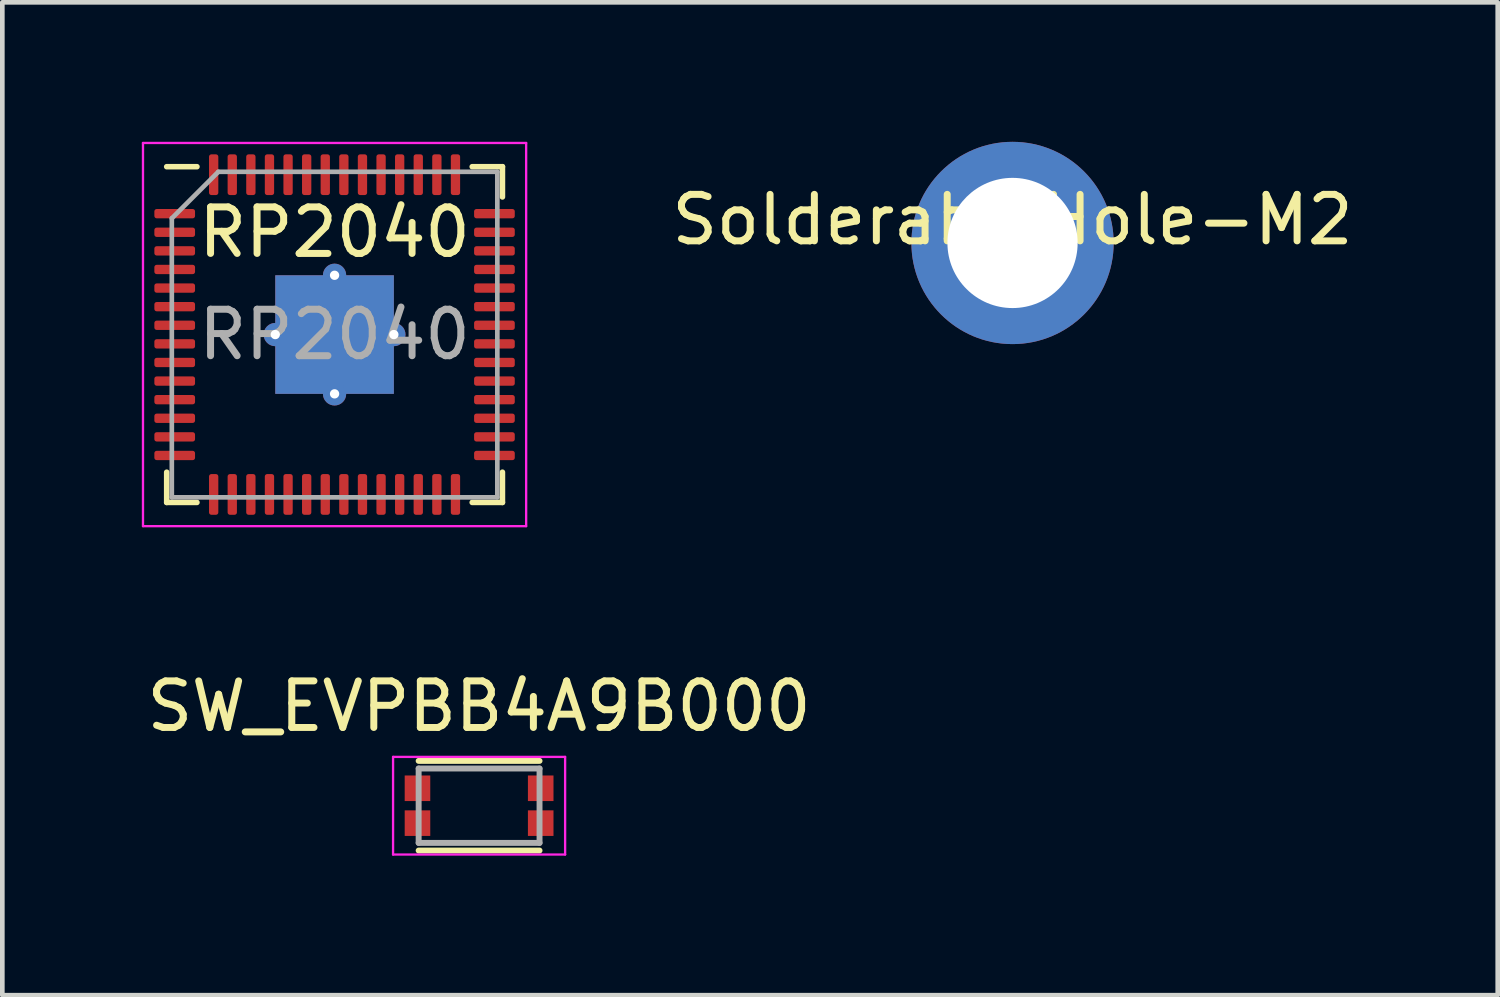
<source format=kicad_pcb>
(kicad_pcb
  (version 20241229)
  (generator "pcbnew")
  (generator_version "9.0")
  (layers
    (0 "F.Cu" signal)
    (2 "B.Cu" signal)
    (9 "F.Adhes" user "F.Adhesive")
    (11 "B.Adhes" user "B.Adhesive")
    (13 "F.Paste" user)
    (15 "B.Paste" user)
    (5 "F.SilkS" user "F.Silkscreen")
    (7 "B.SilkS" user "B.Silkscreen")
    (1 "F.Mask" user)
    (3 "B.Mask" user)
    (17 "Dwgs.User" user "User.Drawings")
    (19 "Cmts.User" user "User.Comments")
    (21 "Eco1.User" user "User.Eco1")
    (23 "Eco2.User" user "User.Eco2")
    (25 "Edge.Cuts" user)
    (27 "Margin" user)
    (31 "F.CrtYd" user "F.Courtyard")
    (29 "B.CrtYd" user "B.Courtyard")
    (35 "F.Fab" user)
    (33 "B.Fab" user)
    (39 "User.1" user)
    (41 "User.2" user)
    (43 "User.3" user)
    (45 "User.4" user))
  (footprint "SolderableHole-M2"
    (layer "F.Cu")
    (at 18.725 2.175)
    (property "Reference" "SolderableHole-M2" (at 0 -0.5 0) (unlocked yes) (layer "F.SilkS") (effects (font (size 1 1) (thickness 0.15))))
    (attr smd)
    (pad "1" thru_hole circle (at 0 0) (size 4.35 4.35) (drill 2.8) (layers "*.Cu" "*.Mask")))
  (footprint "SW_EVPBB4A9B000"
    (layer "F.Cu")
    (at 7.253 14.277)
    (property "Reference" "SW_EVPBB4A9B000" (at 0 -2.138 0) (layer "F.SilkS") (effects (font (size 1.001 1.001) (thickness 0.15))))
    (attr through_hole)
    (fp_line (start -1.3 -0.964) (end 1.3 -0.964) (stroke (width 0.127) (type solid)) (layer "F.SilkS"))
    (fp_line (start -1.3 0.964) (end 1.3 0.964) (stroke (width 0.127) (type solid)) (layer "F.SilkS"))
    (fp_poly (pts (xy -1.55 -0.6) (xy -1.1 -0.6) (xy -1.1 -0.15) (xy -1.55 -0.15)) (stroke (width 0.01) (type solid)) (fill yes) (layer "F.Paste"))
    (fp_poly (pts (xy -1.55 0.15) (xy -1.1 0.15) (xy -1.1 0.6) (xy -1.55 0.6)) (stroke (width 0.01) (type solid)) (fill yes) (layer "F.Paste"))
    (fp_poly (pts (xy 1.1 -0.6) (xy 1.55 -0.6) (xy 1.55 -0.15) (xy 1.1 -0.15)) (stroke (width 0.01) (type solid)) (fill yes) (layer "F.Paste"))
    (fp_poly (pts (xy 1.1 0.15) (xy 1.55 0.15) (xy 1.55 0.6) (xy 1.1 0.6)) (stroke (width 0.01) (type solid)) (fill yes) (layer "F.Paste"))
    (fp_line (start -1.85 -1.05) (end 1.85 -1.05) (stroke (width 0.05) (type solid)) (layer "F.CrtYd"))
    (fp_line (start -1.85 1.05) (end -1.85 -1.05) (stroke (width 0.05) (type solid)) (layer "F.CrtYd"))
    (fp_line (start 1.85 -1.05) (end 1.85 1.05) (stroke (width 0.05) (type solid)) (layer "F.CrtYd"))
    (fp_line (start 1.85 1.05) (end -1.85 1.05) (stroke (width 0.05) (type solid)) (layer "F.CrtYd"))
    (fp_line (start -1.3 -0.8) (end 1.3 -0.8) (stroke (width 0.127) (type solid)) (layer "F.Fab"))
    (fp_line (start -1.3 0.8) (end -1.3 -0.8) (stroke (width 0.127) (type solid)) (layer "F.Fab"))
    (fp_line (start 1.3 -0.8) (end 1.3 0.8) (stroke (width 0.127) (type solid)) (layer "F.Fab"))
    (fp_line (start 1.3 0.8) (end -1.3 0.8) (stroke (width 0.127) (type solid)) (layer "F.Fab"))
    (pad "1" smd rect (at -1.325 -0.375) (size 0.55 0.55) (layers "F.Cu" "F.Mask"))
    (pad "1" smd rect (at -1.325 0.375) (size 0.55 0.55) (layers "F.Cu" "F.Mask"))
    (pad "2" smd rect (at 1.325 -0.375) (size 0.55 0.55) (layers "F.Cu" "F.Mask"))
    (pad "2" smd rect (at 1.325 0.375) (size 0.55 0.55) (layers "F.Cu" "F.Mask")))
  (footprint "RP2040"
    (layer "F.Cu")
    (at 4.145 4.145)
    (property "Reference" "RP2040" (at 0 -2.2 0) (layer "F.SilkS") (effects (font (size 1 1) (thickness 0.15))))
    (attr smd)
    (fp_line (start -3.61 3.61) (end -3.61 2.96) (stroke (width 0.12) (type solid)) (layer "F.SilkS"))
    (fp_line (start -2.96 -3.61) (end -3.61 -3.61) (stroke (width 0.12) (type solid)) (layer "F.SilkS"))
    (fp_line (start -2.96 3.61) (end -3.61 3.61) (stroke (width 0.12) (type solid)) (layer "F.SilkS"))
    (fp_line (start 2.96 -3.61) (end 3.61 -3.61) (stroke (width 0.12) (type solid)) (layer "F.SilkS"))
    (fp_line (start 2.96 3.61) (end 3.61 3.61) (stroke (width 0.12) (type solid)) (layer "F.SilkS"))
    (fp_line (start 3.61 -3.61) (end 3.61 -2.96) (stroke (width 0.12) (type solid)) (layer "F.SilkS"))
    (fp_line (start 3.61 3.61) (end 3.61 2.96) (stroke (width 0.12) (type solid)) (layer "F.SilkS"))
    (fp_line (start -4.12 -4.12) (end -4.12 4.12) (stroke (width 0.05) (type solid)) (layer "F.CrtYd"))
    (fp_line (start -4.12 4.12) (end 4.12 4.12) (stroke (width 0.05) (type solid)) (layer "F.CrtYd"))
    (fp_line (start 4.12 -4.12) (end -4.12 -4.12) (stroke (width 0.05) (type solid)) (layer "F.CrtYd"))
    (fp_line (start 4.12 4.12) (end 4.12 -4.12) (stroke (width 0.05) (type solid)) (layer "F.CrtYd"))
    (fp_line (start -3.5 -2.5) (end -2.5 -3.5) (stroke (width 0.1) (type solid)) (layer "F.Fab"))
    (fp_line (start -3.5 3.5) (end -3.5 -2.5) (stroke (width 0.1) (type solid)) (layer "F.Fab"))
    (fp_line (start -2.5 -3.5) (end 3.5 -3.5) (stroke (width 0.1) (type solid)) (layer "F.Fab"))
    (fp_line (start 3.5 -3.5) (end 3.5 3.5) (stroke (width 0.1) (type solid)) (layer "F.Fab"))
    (fp_line (start 3.5 3.5) (end -3.5 3.5) (stroke (width 0.1) (type solid)) (layer "F.Fab"))
    (fp_text user "${REFERENCE}" (at 0 0 0) (layer "F.Fab") (effects (font (size 1 1) (thickness 0.15))))
    (pad "" smd roundrect (at -0.637 -0.637) (size 1.084 1.084) (layers "F.Paste") (roundrect_rratio 0.231))
    (pad "" smd roundrect (at -0.637 0.637) (size 1.084 1.084) (layers "F.Paste") (roundrect_rratio 0.231))
    (pad "" smd roundrect (at 0.637 -0.637) (size 1.084 1.084) (layers "F.Paste") (roundrect_rratio 0.231))
    (pad "" smd roundrect (at 0.637 0.637) (size 1.084 1.084) (layers "F.Paste") (roundrect_rratio 0.231))
    (pad "1" smd roundrect (at -3.438 -2.6) (size 0.875 0.2) (layers "F.Cu" "F.Mask" "F.Paste") (roundrect_rratio 0.25))
    (pad "2" smd roundrect (at -3.438 -2.2) (size 0.875 0.2) (layers "F.Cu" "F.Mask" "F.Paste") (roundrect_rratio 0.25))
    (pad "3" smd roundrect (at -3.438 -1.8) (size 0.875 0.2) (layers "F.Cu" "F.Mask" "F.Paste") (roundrect_rratio 0.25))
    (pad "4" smd roundrect (at -3.438 -1.4) (size 0.875 0.2) (layers "F.Cu" "F.Mask" "F.Paste") (roundrect_rratio 0.25))
    (pad "5" smd roundrect (at -3.438 -1) (size 0.875 0.2) (layers "F.Cu" "F.Mask" "F.Paste") (roundrect_rratio 0.25))
    (pad "6" smd roundrect (at -3.438 -0.6) (size 0.875 0.2) (layers "F.Cu" "F.Mask" "F.Paste") (roundrect_rratio 0.25))
    (pad "7" smd roundrect (at -3.438 -0.2) (size 0.875 0.2) (layers "F.Cu" "F.Mask" "F.Paste") (roundrect_rratio 0.25))
    (pad "8" smd roundrect (at -3.438 0.2) (size 0.875 0.2) (layers "F.Cu" "F.Mask" "F.Paste") (roundrect_rratio 0.25))
    (pad "9" smd roundrect (at -3.438 0.6) (size 0.875 0.2) (layers "F.Cu" "F.Mask" "F.Paste") (roundrect_rratio 0.25))
    (pad "10" smd roundrect (at -3.438 1) (size 0.875 0.2) (layers "F.Cu" "F.Mask" "F.Paste") (roundrect_rratio 0.25))
    (pad "11" smd roundrect (at -3.438 1.4) (size 0.875 0.2) (layers "F.Cu" "F.Mask" "F.Paste") (roundrect_rratio 0.25))
    (pad "12" smd roundrect (at -3.438 1.8) (size 0.875 0.2) (layers "F.Cu" "F.Mask" "F.Paste") (roundrect_rratio 0.25))
    (pad "13" smd roundrect (at -3.438 2.2) (size 0.875 0.2) (layers "F.Cu" "F.Mask" "F.Paste") (roundrect_rratio 0.25))
    (pad "14" smd roundrect (at -3.438 2.6) (size 0.875 0.2) (layers "F.Cu" "F.Mask" "F.Paste") (roundrect_rratio 0.25))
    (pad "15" smd roundrect (at -2.6 3.438) (size 0.2 0.875) (layers "F.Cu" "F.Mask" "F.Paste") (roundrect_rratio 0.25))
    (pad "16" smd roundrect (at -2.2 3.438) (size 0.2 0.875) (layers "F.Cu" "F.Mask" "F.Paste") (roundrect_rratio 0.25))
    (pad "17" smd roundrect (at -1.8 3.438) (size 0.2 0.875) (layers "F.Cu" "F.Mask" "F.Paste") (roundrect_rratio 0.25))
    (pad "18" smd roundrect (at -1.4 3.438) (size 0.2 0.875) (layers "F.Cu" "F.Mask" "F.Paste") (roundrect_rratio 0.25))
    (pad "19" smd roundrect (at -1 3.438) (size 0.2 0.875) (layers "F.Cu" "F.Mask" "F.Paste") (roundrect_rratio 0.25))
    (pad "20" smd roundrect (at -0.6 3.438) (size 0.2 0.875) (layers "F.Cu" "F.Mask" "F.Paste") (roundrect_rratio 0.25))
    (pad "21" smd roundrect (at -0.2 3.438) (size 0.2 0.875) (layers "F.Cu" "F.Mask" "F.Paste") (roundrect_rratio 0.25))
    (pad "22" smd roundrect (at 0.2 3.438) (size 0.2 0.875) (layers "F.Cu" "F.Mask" "F.Paste") (roundrect_rratio 0.25))
    (pad "23" smd roundrect (at 0.6 3.438) (size 0.2 0.875) (layers "F.Cu" "F.Mask" "F.Paste") (roundrect_rratio 0.25))
    (pad "24" smd roundrect (at 1 3.438) (size 0.2 0.875) (layers "F.Cu" "F.Mask" "F.Paste") (roundrect_rratio 0.25))
    (pad "25" smd roundrect (at 1.4 3.438) (size 0.2 0.875) (layers "F.Cu" "F.Mask" "F.Paste") (roundrect_rratio 0.25))
    (pad "26" smd roundrect (at 1.8 3.438) (size 0.2 0.875) (layers "F.Cu" "F.Mask" "F.Paste") (roundrect_rratio 0.25))
    (pad "27" smd roundrect (at 2.2 3.438) (size 0.2 0.875) (layers "F.Cu" "F.Mask" "F.Paste") (roundrect_rratio 0.25))
    (pad "28" smd roundrect (at 2.6 3.438) (size 0.2 0.875) (layers "F.Cu" "F.Mask" "F.Paste") (roundrect_rratio 0.25))
    (pad "29" smd roundrect (at 3.438 2.6) (size 0.875 0.2) (layers "F.Cu" "F.Mask" "F.Paste") (roundrect_rratio 0.25))
    (pad "30" smd roundrect (at 3.438 2.2) (size 0.875 0.2) (layers "F.Cu" "F.Mask" "F.Paste") (roundrect_rratio 0.25))
    (pad "31" smd roundrect (at 3.438 1.8) (size 0.875 0.2) (layers "F.Cu" "F.Mask" "F.Paste") (roundrect_rratio 0.25))
    (pad "32" smd roundrect (at 3.438 1.4) (size 0.875 0.2) (layers "F.Cu" "F.Mask" "F.Paste") (roundrect_rratio 0.25))
    (pad "33" smd roundrect (at 3.438 1) (size 0.875 0.2) (layers "F.Cu" "F.Mask" "F.Paste") (roundrect_rratio 0.25))
    (pad "34" smd roundrect (at 3.438 0.6) (size 0.875 0.2) (layers "F.Cu" "F.Mask" "F.Paste") (roundrect_rratio 0.25))
    (pad "35" smd roundrect (at 3.438 0.2) (size 0.875 0.2) (layers "F.Cu" "F.Mask" "F.Paste") (roundrect_rratio 0.25))
    (pad "36" smd roundrect (at 3.438 -0.2) (size 0.875 0.2) (layers "F.Cu" "F.Mask" "F.Paste") (roundrect_rratio 0.25))
    (pad "37" smd roundrect (at 3.438 -0.6) (size 0.875 0.2) (layers "F.Cu" "F.Mask" "F.Paste") (roundrect_rratio 0.25))
    (pad "38" smd roundrect (at 3.438 -1) (size 0.875 0.2) (layers "F.Cu" "F.Mask" "F.Paste") (roundrect_rratio 0.25))
    (pad "39" smd roundrect (at 3.438 -1.4) (size 0.875 0.2) (layers "F.Cu" "F.Mask" "F.Paste") (roundrect_rratio 0.25))
    (pad "40" smd roundrect (at 3.438 -1.8) (size 0.875 0.2) (layers "F.Cu" "F.Mask" "F.Paste") (roundrect_rratio 0.25))
    (pad "41" smd roundrect (at 3.438 -2.2) (size 0.875 0.2) (layers "F.Cu" "F.Mask" "F.Paste") (roundrect_rratio 0.25))
    (pad "42" smd roundrect (at 3.438 -2.6) (size 0.875 0.2) (layers "F.Cu" "F.Mask" "F.Paste") (roundrect_rratio 0.25))
    (pad "43" smd roundrect (at 2.6 -3.438) (size 0.2 0.875) (layers "F.Cu" "F.Mask" "F.Paste") (roundrect_rratio 0.25))
    (pad "44" smd roundrect (at 2.2 -3.438) (size 0.2 0.875) (layers "F.Cu" "F.Mask" "F.Paste") (roundrect_rratio 0.25))
    (pad "45" smd roundrect (at 1.8 -3.438) (size 0.2 0.875) (layers "F.Cu" "F.Mask" "F.Paste") (roundrect_rratio 0.25))
    (pad "46" smd roundrect (at 1.4 -3.438) (size 0.2 0.875) (layers "F.Cu" "F.Mask" "F.Paste") (roundrect_rratio 0.25))
    (pad "47" smd roundrect (at 1 -3.438) (size 0.2 0.875) (layers "F.Cu" "F.Mask" "F.Paste") (roundrect_rratio 0.25))
    (pad "48" smd roundrect (at 0.6 -3.438) (size 0.2 0.875) (layers "F.Cu" "F.Mask" "F.Paste") (roundrect_rratio 0.25))
    (pad "49" smd roundrect (at 0.2 -3.438) (size 0.2 0.875) (layers "F.Cu" "F.Mask" "F.Paste") (roundrect_rratio 0.25))
    (pad "50" smd roundrect (at -0.2 -3.438) (size 0.2 0.875) (layers "F.Cu" "F.Mask" "F.Paste") (roundrect_rratio 0.25))
    (pad "51" smd roundrect (at -0.6 -3.438) (size 0.2 0.875) (layers "F.Cu" "F.Mask" "F.Paste") (roundrect_rratio 0.25))
    (pad "52" smd roundrect (at -1 -3.438) (size 0.2 0.875) (layers "F.Cu" "F.Mask" "F.Paste") (roundrect_rratio 0.25))
    (pad "53" smd roundrect (at -1.4 -3.438) (size 0.2 0.875) (layers "F.Cu" "F.Mask" "F.Paste") (roundrect_rratio 0.25))
    (pad "54" smd roundrect (at -1.8 -3.438) (size 0.2 0.875) (layers "F.Cu" "F.Mask" "F.Paste") (roundrect_rratio 0.25))
    (pad "55" smd roundrect (at -2.2 -3.438) (size 0.2 0.875) (layers "F.Cu" "F.Mask" "F.Paste") (roundrect_rratio 0.25))
    (pad "56" smd roundrect (at -2.6 -3.438) (size 0.2 0.875) (layers "F.Cu" "F.Mask" "F.Paste") (roundrect_rratio 0.25))
    (pad "57" thru_hole circle (at -1.275 0) (size 0.5 0.5) (drill 0.2) (layers "*.Cu"))
    (pad "57" thru_hole circle (at 0 -1.275) (size 0.5 0.5) (drill 0.2) (layers "*.Cu"))
    (pad "57" smd rect (at 0 0) (size 2.55 2.55) (layers "F.Cu" "F.Mask"))
    (pad "57" smd rect (at 0 0) (size 2.55 2.55) (layers "B.Cu"))
    (pad "57" thru_hole circle (at 0 1.275) (size 0.5 0.5) (drill 0.2) (layers "*.Cu"))
    (pad "57" thru_hole circle (at 1.275 0) (size 0.5 0.5) (drill 0.2) (layers "*.Cu")))
  (gr_rect
    (start -3 -3)
    (end 29.159 18.352)
    (stroke (width 0.1) (type default))
    (fill no)
    (layer "Edge.Cuts")))
</source>
